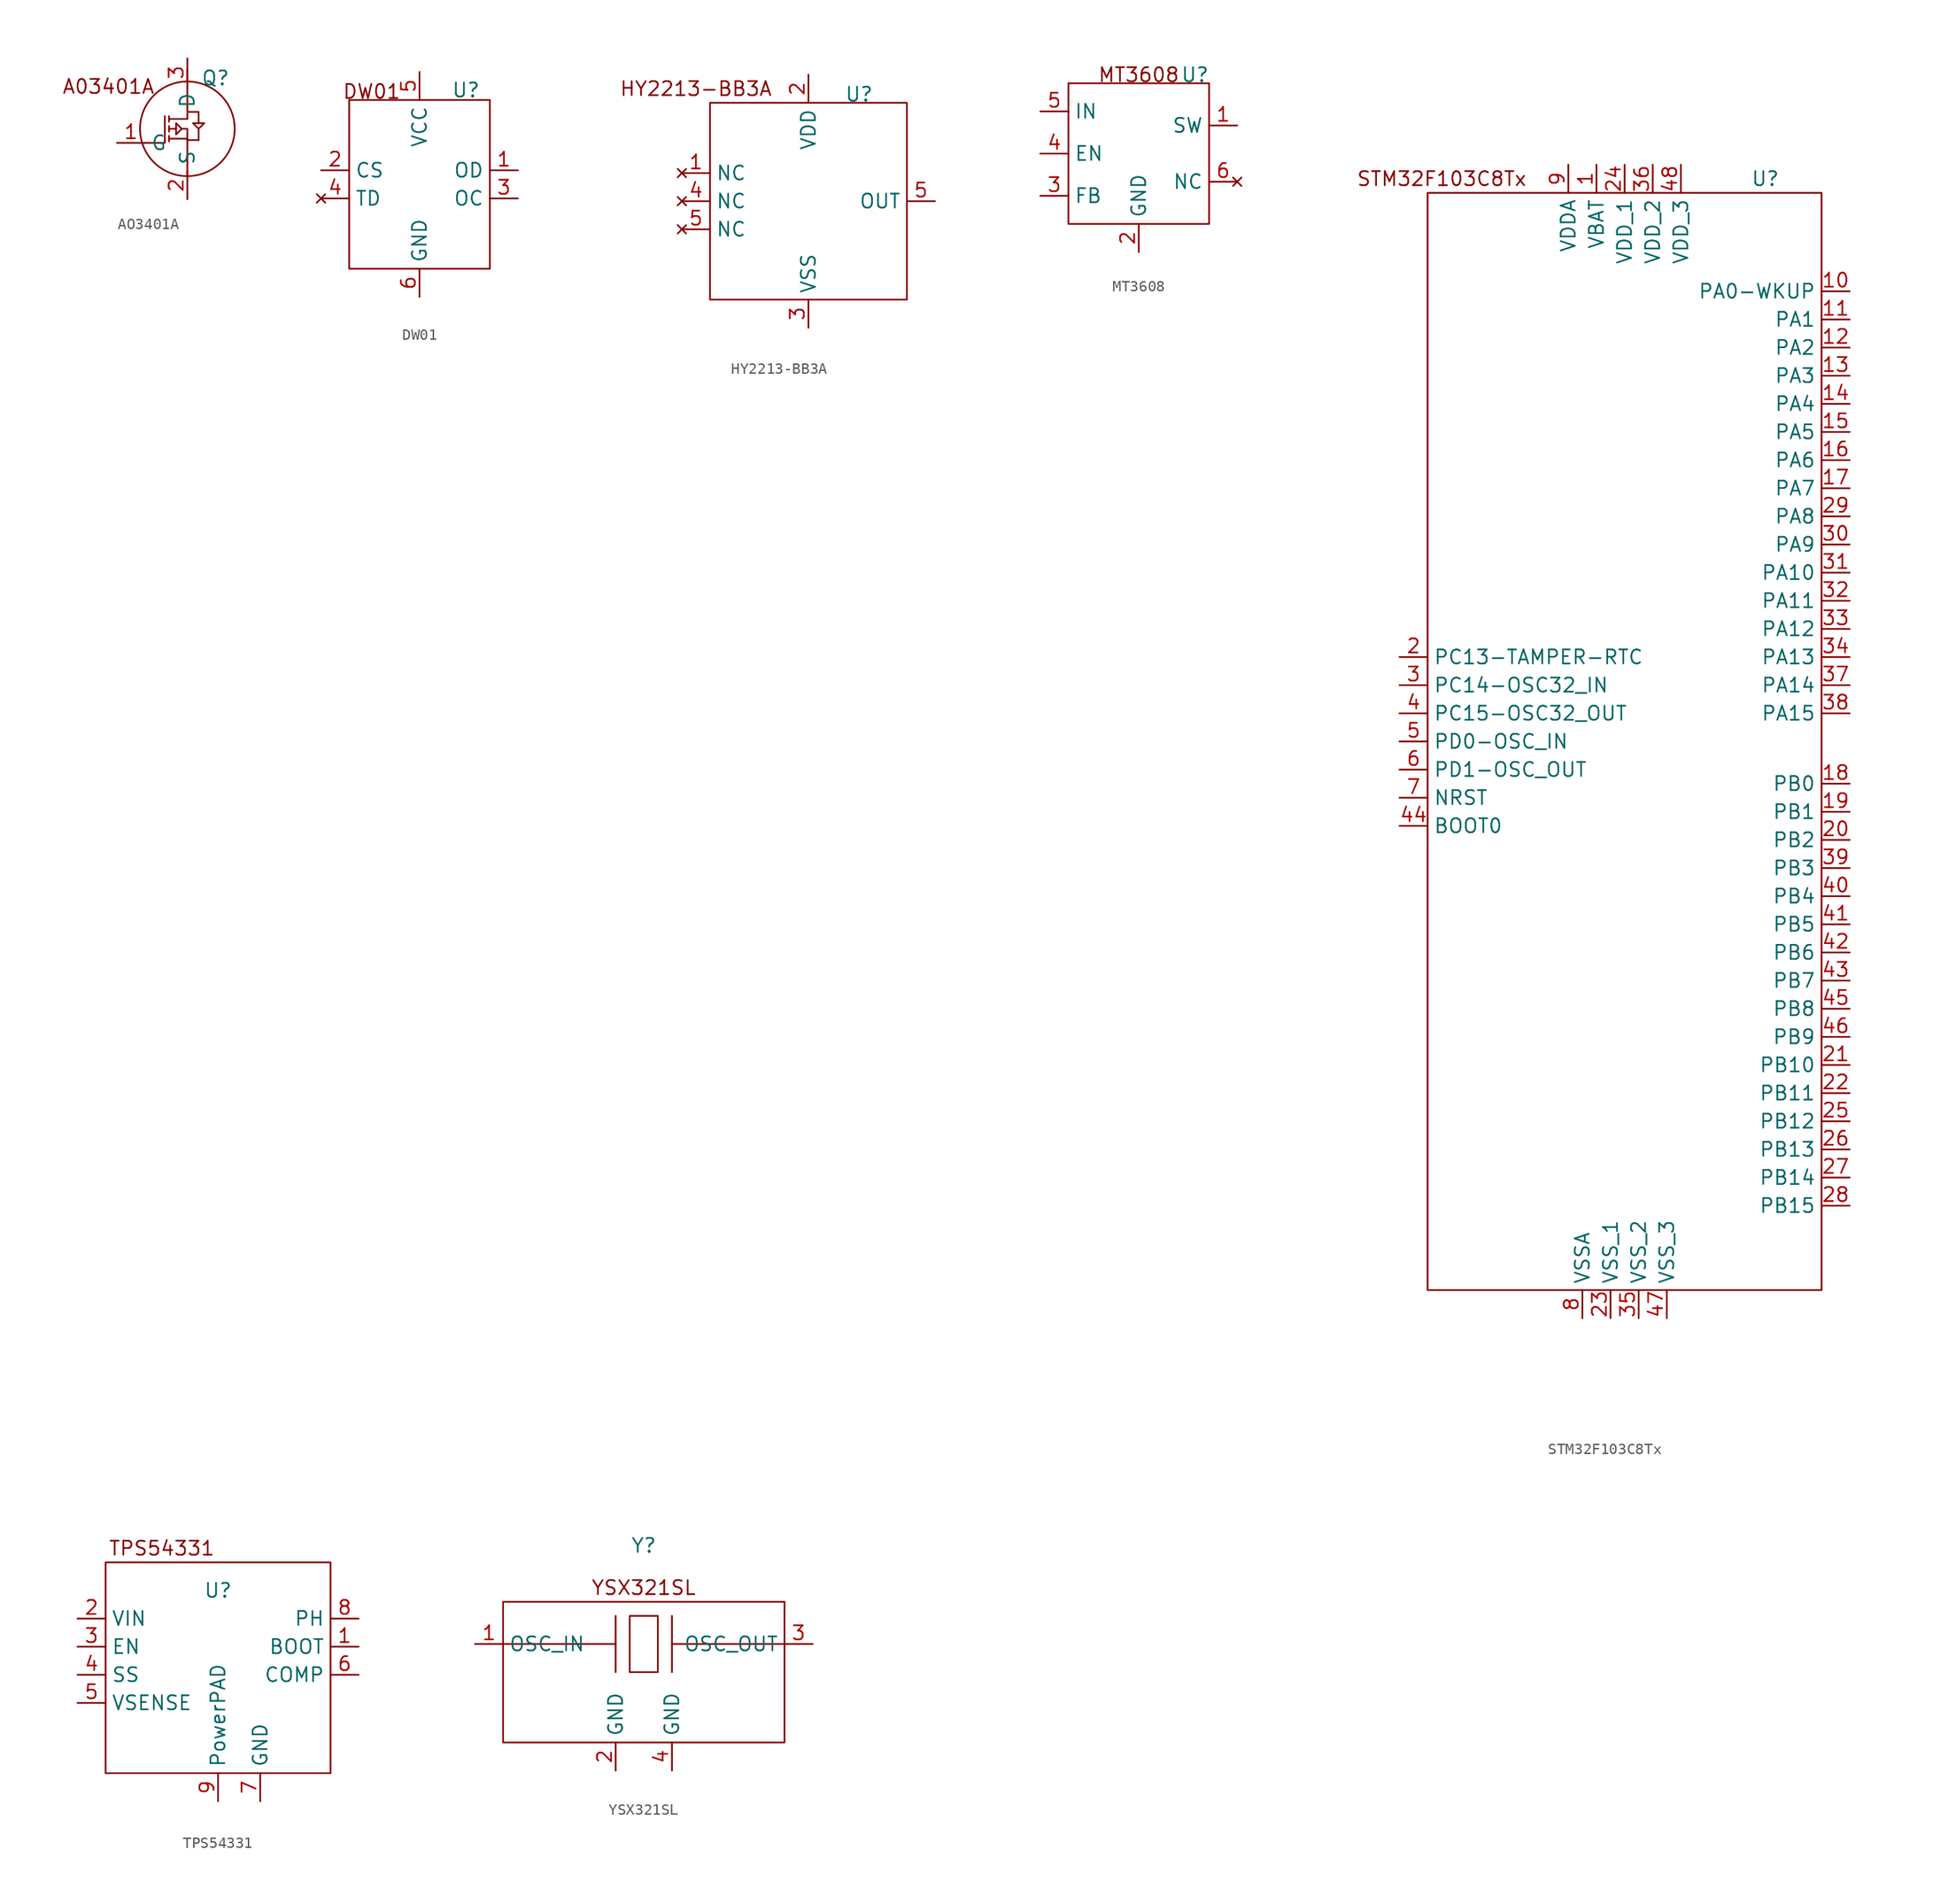
<source format=kicad_sym>
(kicad_symbol_lib
  (version 20231120)
  (generator "kicad_symbol_editor")
  (generator_version "8.0")
  (symbol "AO3401A"
    (property "Reference" "Q"
      (at 2.54 4.572 0)
      (effects (font (size 1.27 1.27))))
    (property "Value" ""
      (at 0 0 0)
      (effects (font (size 1.27 1.27))))
    (symbol "AO3401A_0_1"
      (polyline (pts (xy -2.032 1.143) (xy -2.032 -1.143)) (stroke (width 0) (type default)) (fill (type none)))
      (polyline (pts (xy -1.651 -0.635) (xy -1.651 -1.143)) (stroke (width 0) (type default)) (fill (type none)))
      (polyline (pts (xy -1.651 0.254) (xy -1.651 -0.254)) (stroke (width 0) (type default)) (fill (type none)))
      (polyline (pts (xy -1.651 0.889) (xy 0 0.889)) (stroke (width 0) (type default)) (fill (type none)))
      (polyline (pts (xy -1.651 1.143) (xy -1.651 0.635)) (stroke (width 0) (type default)) (fill (type none)))
      (polyline (pts (xy -1.016 0) (xy -1.651 0)) (stroke (width 0) (type default)) (fill (type none)))
      (polyline (pts (xy 0 -2.921) (xy 0 -4.318)) (stroke (width 0) (type default)) (fill (type none)))
      (polyline (pts (xy 0 -1.016) (xy 1.016 -1.016)) (stroke (width 0) (type default)) (fill (type none)))
      (polyline (pts (xy 0 0.889) (xy 0 1.397)) (stroke (width 0) (type default)) (fill (type none)))
      (polyline (pts (xy 0 2.032) (xy 0 3.81)) (stroke (width 0) (type default)) (fill (type none)))
      (polyline (pts (xy 0 4.191) (xy 0 5.334)) (stroke (width 0) (type default)) (fill (type none)))
      (polyline (pts (xy 1.016 0) (xy 1.016 -1.016)) (stroke (width 0) (type default)) (fill (type none)))
      (polyline (pts (xy -3.81 -1.27) (xy -2.032 -1.27) (xy -2.032 -1.016)) (stroke (width 0) (type default)) (fill (type none)))
      (polyline (pts (xy -1.651 -0.889) (xy 0 -0.889) (xy 0 -2.921)) (stroke (width 0) (type default)) (fill (type none)))
      (polyline (pts (xy -0.508 0) (xy 0 0) (xy 0 -1.016)) (stroke (width 0) (type default)) (fill (type none)))
      (polyline (pts (xy -1.016 0) (xy -1.016 0.508) (xy -0.508 0) (xy -1.016 -0.508) (xy -1.016 0)) (stroke (width 0) (type default)) (fill (type none)))
      (polyline (pts (xy 0 2.032) (xy 0 1.524) (xy 1.016 1.524) (xy 1.016 0.508) (xy 0.508 0.508) (xy 1.016 0) (xy 1.524 0.508) (xy 1.016 0.508)) (stroke (width 0) (type default)) (fill (type none)))
      (circle (center 0 0) (radius 4.267) (stroke (width 0) (type default)) (fill (type none))))
    (symbol "AO3401A_1_1"
      (text "A03401A" (at -7.112 3.81 0) (effects (font (size 1.27 1.27))))
      (pin input line (at -6.35 -1.27 0) (length 2.54) (name "G" (effects (font (size 1.27 1.27)))) (number "1" (effects (font (size 1.27 1.27)))))
      (pin free line (at 0 -6.35 90) (length 2.54) (name "S" (effects (font (size 1.27 1.27)))) (number "2" (effects (font (size 1.27 1.27)))))
      (pin free line (at 0 6.35 270) (length 2.54) (name "D" (effects (font (size 1.27 1.27)))) (number "3" (effects (font (size 1.27 1.27)))))))
  (symbol "DW01"
    (property "Reference" "U"
      (at 4.191 8.509 0)
      (effects (font (size 1.27 1.27))))
    (property "Value" ""
      (at -0.127 -2.413 0)
      (effects (font (size 1.27 1.27))))
    (symbol "DW01_0_1"
      (rectangle (start -6.35 7.62) (end 6.35 -7.62) (stroke (width 0) (type default)) (fill (type none)))
      (text "DW01" (at -4.318 8.382 0) (effects (font (size 1.27 1.27)))))
    (symbol "DW01_1_1"
      (pin output line (at 8.89 1.27 180) (length 2.54) (name "OD" (effects (font (size 1.27 1.27)))) (number "1" (effects (font (size 1.27 1.27)))))
      (pin input line (at -8.89 1.27 0) (length 2.54) (name "CS" (effects (font (size 1.27 1.27)))) (number "2" (effects (font (size 1.27 1.27)))))
      (pin output line (at 8.89 -1.27 180) (length 2.54) (name "OC" (effects (font (size 1.27 1.27)))) (number "3" (effects (font (size 1.27 1.27)))))
      (pin no_connect line (at -8.89 -1.27 0) (length 2.54) (name "TD" (effects (font (size 1.27 1.27)))) (number "4" (effects (font (size 1.27 1.27)))))
      (pin power_in line (at 0 10.16 270) (length 2.54) (name "VCC" (effects (font (size 1.27 1.27)))) (number "5" (effects (font (size 1.27 1.27)))))
      (pin power_in line (at 0 -10.16 90) (length 2.54) (name "GND" (effects (font (size 1.27 1.27)))) (number "6" (effects (font (size 1.27 1.27)))))))
  (symbol "HY2213-BB3A"
    (property "Reference" "U"
      (at 4.572 9.652 0)
      (effects (font (size 1.27 1.27))))
    (property "Value" ""
      (at 0 0 0)
      (effects (font (size 1.27 1.27))))
    (symbol "HY2213-BB3A_0_1"
      (rectangle (start -8.89 8.89) (end 8.89 -8.89) (stroke (width 0) (type default)) (fill (type none)))
      (text "HY2213-BB3A" (at -10.16 10.16 0) (effects (font (size 1.27 1.27)))))
    (symbol "HY2213-BB3A_1_1"
      (pin no_connect line (at -11.43 2.54 0) (length 2.54) (name "NC" (effects (font (size 1.27 1.27)))) (number "1" (effects (font (size 1.27 1.27)))))
      (pin power_in line (at 0 11.43 270) (length 2.54) (name "VDD" (effects (font (size 1.27 1.27)))) (number "2" (effects (font (size 1.27 1.27)))))
      (pin power_in line (at 0 -11.43 90) (length 2.54) (name "VSS" (effects (font (size 1.27 1.27)))) (number "3" (effects (font (size 1.27 1.27)))))
      (pin no_connect line (at -11.43 0 0) (length 2.54) (name "NC" (effects (font (size 1.27 1.27)))) (number "4" (effects (font (size 1.27 1.27)))))
      (pin no_connect line (at -11.43 -2.54 0) (length 2.54) (name "NC" (effects (font (size 1.27 1.27)))) (number "5" (effects (font (size 1.27 1.27)))))
      (pin output line (at 11.43 0 180) (length 2.54) (name "OUT" (effects (font (size 1.27 1.27)))) (number "5" (effects (font (size 1.27 1.27)))))))
  (symbol "MT3608"
    (property "Reference" "U"
      (at 5.08 7.112 0)
      (effects (font (size 1.27 1.27))))
    (property "Value" ""
      (at 0 0 0)
      (effects (font (size 1.27 1.27))))
    (symbol "MT3608_0_1"
      (rectangle (start -6.35 6.35) (end 6.35 -6.35) (stroke (width 0) (type default)) (fill (type none))))
    (symbol "MT3608_1_1"
      (text "MT3608" (at 0 7.112 0) (effects (font (size 1.27 1.27))))
      (pin power_out line (at 8.89 2.54 180) (length 2.54) (name "SW" (effects (font (size 1.27 1.27)))) (number "1" (effects (font (size 1.27 1.27)))))
      (pin power_in line (at 0 -8.89 90) (length 2.54) (name "GND" (effects (font (size 1.27 1.27)))) (number "2" (effects (font (size 1.27 1.27)))))
      (pin input line (at -8.89 -3.81 0) (length 2.54) (name "FB" (effects (font (size 1.27 1.27)))) (number "3" (effects (font (size 1.27 1.27)))))
      (pin input line (at -8.89 0 0) (length 2.54) (name "EN" (effects (font (size 1.27 1.27)))) (number "4" (effects (font (size 1.27 1.27)))))
      (pin power_in line (at -8.89 3.81 0) (length 2.54) (name "IN" (effects (font (size 1.27 1.27)))) (number "5" (effects (font (size 1.27 1.27)))))
      (pin no_connect line (at 8.89 -2.54 180) (length 2.54) (name "NC" (effects (font (size 1.27 1.27)))) (number "6" (effects (font (size 1.27 1.27)))))))
  (symbol "STM32F103C8Tx"
    (property "Reference" "U"
      (at 12.7 50.8 0)
      (effects (font (size 1.27 1.27))))
    (property "Value" ""
      (at 0 0 0)
      (effects (font (size 1.27 1.27))))
    (symbol "STM32F103C8Tx_1_1"
      (rectangle (start -17.78 49.53) (end 17.78 -49.53) (stroke (width 0) (type default)) (fill (type none)))
      (text "STM32F103C8Tx" (at -16.51 50.8 0) (effects (font (size 1.27 1.27))))
      (pin power_in line (at -2.54 52.07 270) (length 2.54) (name "VBAT" (effects (font (size 1.27 1.27)))) (number "1" (effects (font (size 1.27 1.27)))))
      (pin bidirectional line (at 20.32 40.64 180) (length 2.54) (name "PA0-WKUP" (effects (font (size 1.27 1.27)))) (number "10" (effects (font (size 1.27 1.27)))))
      (pin bidirectional line (at 20.32 38.1 180) (length 2.54) (name "PA1" (effects (font (size 1.27 1.27)))) (number "11" (effects (font (size 1.27 1.27)))))
      (pin bidirectional line (at 20.32 35.56 180) (length 2.54) (name "PA2" (effects (font (size 1.27 1.27)))) (number "12" (effects (font (size 1.27 1.27)))))
      (pin bidirectional line (at 20.32 33.02 180) (length 2.54) (name "PA3" (effects (font (size 1.27 1.27)))) (number "13" (effects (font (size 1.27 1.27)))))
      (pin bidirectional line (at 20.32 30.48 180) (length 2.54) (name "PA4" (effects (font (size 1.27 1.27)))) (number "14" (effects (font (size 1.27 1.27)))))
      (pin bidirectional line (at 20.32 27.94 180) (length 2.54) (name "PA5" (effects (font (size 1.27 1.27)))) (number "15" (effects (font (size 1.27 1.27)))))
      (pin bidirectional line (at 20.32 25.4 180) (length 2.54) (name "PA6" (effects (font (size 1.27 1.27)))) (number "16" (effects (font (size 1.27 1.27)))))
      (pin bidirectional line (at 20.32 22.86 180) (length 2.54) (name "PA7" (effects (font (size 1.27 1.27)))) (number "17" (effects (font (size 1.27 1.27)))))
      (pin bidirectional line (at 20.32 -3.81 180) (length 2.54) (name "PB0" (effects (font (size 1.27 1.27)))) (number "18" (effects (font (size 1.27 1.27)))))
      (pin bidirectional line (at 20.32 -6.35 180) (length 2.54) (name "PB1" (effects (font (size 1.27 1.27)))) (number "19" (effects (font (size 1.27 1.27)))))
      (pin bidirectional line (at -20.32 7.62 0) (length 2.54) (name "PC13-TAMPER-RTC" (effects (font (size 1.27 1.27)))) (number "2" (effects (font (size 1.27 1.27)))))
      (pin bidirectional line (at 20.32 -8.89 180) (length 2.54) (name "PB2" (effects (font (size 1.27 1.27)))) (number "20" (effects (font (size 1.27 1.27)))))
      (pin bidirectional line (at 20.32 -29.21 180) (length 2.54) (name "PB10" (effects (font (size 1.27 1.27)))) (number "21" (effects (font (size 1.27 1.27)))))
      (pin bidirectional line (at 20.32 -31.75 180) (length 2.54) (name "PB11" (effects (font (size 1.27 1.27)))) (number "22" (effects (font (size 1.27 1.27)))))
      (pin power_in line (at -1.27 -52.07 90) (length 2.54) (name "VSS_1" (effects (font (size 1.27 1.27)))) (number "23" (effects (font (size 1.27 1.27)))))
      (pin power_in line (at 0 52.07 270) (length 2.54) (name "VDD_1" (effects (font (size 1.27 1.27)))) (number "24" (effects (font (size 1.27 1.27)))))
      (pin bidirectional line (at 20.32 -34.29 180) (length 2.54) (name "PB12" (effects (font (size 1.27 1.27)))) (number "25" (effects (font (size 1.27 1.27)))))
      (pin bidirectional line (at 20.32 -36.83 180) (length 2.54) (name "PB13" (effects (font (size 1.27 1.27)))) (number "26" (effects (font (size 1.27 1.27)))))
      (pin bidirectional line (at 20.32 -39.37 180) (length 2.54) (name "PB14" (effects (font (size 1.27 1.27)))) (number "27" (effects (font (size 1.27 1.27)))))
      (pin bidirectional line (at 20.32 -41.91 180) (length 2.54) (name "PB15" (effects (font (size 1.27 1.27)))) (number "28" (effects (font (size 1.27 1.27)))))
      (pin bidirectional line (at 20.32 20.32 180) (length 2.54) (name "PA8" (effects (font (size 1.27 1.27)))) (number "29" (effects (font (size 1.27 1.27)))))
      (pin bidirectional line (at -20.32 5.08 0) (length 2.54) (name "PC14-OSC32_IN" (effects (font (size 1.27 1.27)))) (number "3" (effects (font (size 1.27 1.27)))))
      (pin bidirectional line (at 20.32 17.78 180) (length 2.54) (name "PA9" (effects (font (size 1.27 1.27)))) (number "30" (effects (font (size 1.27 1.27)))))
      (pin bidirectional line (at 20.32 15.24 180) (length 2.54) (name "PA10" (effects (font (size 1.27 1.27)))) (number "31" (effects (font (size 1.27 1.27)))))
      (pin bidirectional line (at 20.32 12.7 180) (length 2.54) (name "PA11" (effects (font (size 1.27 1.27)))) (number "32" (effects (font (size 1.27 1.27)))))
      (pin bidirectional line (at 20.32 10.16 180) (length 2.54) (name "PA12" (effects (font (size 1.27 1.27)))) (number "33" (effects (font (size 1.27 1.27)))))
      (pin bidirectional line (at 20.32 7.62 180) (length 2.54) (name "PA13" (effects (font (size 1.27 1.27)))) (number "34" (effects (font (size 1.27 1.27)))))
      (pin power_in line (at 1.27 -52.07 90) (length 2.54) (name "VSS_2" (effects (font (size 1.27 1.27)))) (number "35" (effects (font (size 1.27 1.27)))))
      (pin power_in line (at 2.54 52.07 270) (length 2.54) (name "VDD_2" (effects (font (size 1.27 1.27)))) (number "36" (effects (font (size 1.27 1.27)))))
      (pin bidirectional line (at 20.32 5.08 180) (length 2.54) (name "PA14" (effects (font (size 1.27 1.27)))) (number "37" (effects (font (size 1.27 1.27)))))
      (pin bidirectional line (at 20.32 2.54 180) (length 2.54) (name "PA15" (effects (font (size 1.27 1.27)))) (number "38" (effects (font (size 1.27 1.27)))))
      (pin bidirectional line (at 20.32 -11.43 180) (length 2.54) (name "PB3" (effects (font (size 1.27 1.27)))) (number "39" (effects (font (size 1.27 1.27)))))
      (pin bidirectional line (at -20.32 2.54 0) (length 2.54) (name "PC15-OSC32_OUT" (effects (font (size 1.27 1.27)))) (number "4" (effects (font (size 1.27 1.27)))))
      (pin bidirectional line (at 20.32 -13.97 180) (length 2.54) (name "PB4" (effects (font (size 1.27 1.27)))) (number "40" (effects (font (size 1.27 1.27)))))
      (pin bidirectional line (at 20.32 -16.51 180) (length 2.54) (name "PB5" (effects (font (size 1.27 1.27)))) (number "41" (effects (font (size 1.27 1.27)))))
      (pin bidirectional line (at 20.32 -19.05 180) (length 2.54) (name "PB6" (effects (font (size 1.27 1.27)))) (number "42" (effects (font (size 1.27 1.27)))))
      (pin bidirectional line (at 20.32 -21.59 180) (length 2.54) (name "PB7" (effects (font (size 1.27 1.27)))) (number "43" (effects (font (size 1.27 1.27)))))
      (pin input line (at -20.32 -7.62 0) (length 2.54) (name "BOOT0" (effects (font (size 1.27 1.27)))) (number "44" (effects (font (size 1.27 1.27)))))
      (pin bidirectional line (at 20.32 -24.13 180) (length 2.54) (name "PB8" (effects (font (size 1.27 1.27)))) (number "45" (effects (font (size 1.27 1.27)))))
      (pin bidirectional line (at 20.32 -26.67 180) (length 2.54) (name "PB9" (effects (font (size 1.27 1.27)))) (number "46" (effects (font (size 1.27 1.27)))))
      (pin power_in line (at 3.81 -52.07 90) (length 2.54) (name "VSS_3" (effects (font (size 1.27 1.27)))) (number "47" (effects (font (size 1.27 1.27)))))
      (pin power_in line (at 5.08 52.07 270) (length 2.54) (name "VDD_3" (effects (font (size 1.27 1.27)))) (number "48" (effects (font (size 1.27 1.27)))))
      (pin bidirectional line (at -20.32 0 0) (length 2.54) (name "PD0-OSC_IN" (effects (font (size 1.27 1.27)))) (number "5" (effects (font (size 1.27 1.27)))))
      (pin bidirectional line (at -20.32 -2.54 0) (length 2.54) (name "PD1-OSC_OUT" (effects (font (size 1.27 1.27)))) (number "6" (effects (font (size 1.27 1.27)))))
      (pin input line (at -20.32 -5.08 0) (length 2.54) (name "NRST" (effects (font (size 1.27 1.27)))) (number "7" (effects (font (size 1.27 1.27)))))
      (pin power_in line (at -3.81 -52.07 90) (length 2.54) (name "VSSA" (effects (font (size 1.27 1.27)))) (number "8" (effects (font (size 1.27 1.27)))))
      (pin power_in line (at -5.08 52.07 270) (length 2.54) (name "VDDA" (effects (font (size 1.27 1.27)))) (number "9" (effects (font (size 1.27 1.27)))))))
  (symbol "TPS54331"
    (property "Reference" "U"
      (at 0 7.62 0)
      (effects (font (size 1.27 1.27))))
    (property "Value" ""
      (at 0 0 0)
      (effects (font (size 1.27 1.27))))
    (symbol "TPS54331_0_1"
      (rectangle (start -10.16 10.16) (end 10.16 -8.89) (stroke (width 0) (type default)) (fill (type none)))
      (text "TPS54331" (at -5.08 11.43 0) (effects (font (size 1.27 1.27)))))
    (symbol "TPS54331_1_1"
      (pin output line (at 12.7 2.54 180) (length 2.54) (name "BOOT" (effects (font (size 1.27 1.27)))) (number "1" (effects (font (size 1.27 1.27)))))
      (pin power_in line (at -12.7 5.08 0) (length 2.54) (name "VIN" (effects (font (size 1.27 1.27)))) (number "2" (effects (font (size 1.27 1.27)))))
      (pin input line (at -12.7 2.54 0) (length 2.54) (name "EN" (effects (font (size 1.27 1.27)))) (number "3" (effects (font (size 1.27 1.27)))))
      (pin input line (at -12.7 0 0) (length 2.54) (name "SS" (effects (font (size 1.27 1.27)))) (number "4" (effects (font (size 1.27 1.27)))))
      (pin input line (at -12.7 -2.54 0) (length 2.54) (name "VSENSE" (effects (font (size 1.27 1.27)))) (number "5" (effects (font (size 1.27 1.27)))))
      (pin output line (at 12.7 0 180) (length 2.54) (name "COMP" (effects (font (size 1.27 1.27)))) (number "6" (effects (font (size 1.27 1.27)))))
      (pin power_in line (at 3.81 -11.43 90) (length 2.54) (name "GND" (effects (font (size 1.27 1.27)))) (number "7" (effects (font (size 1.27 1.27)))))
      (pin power_out line (at 12.7 5.08 180) (length 2.54) (name "PH" (effects (font (size 1.27 1.27)))) (number "8" (effects (font (size 1.27 1.27)))))
      (pin power_in line (at 0 -11.43 90) (length 2.54) (name "PowerPAD" (effects (font (size 1.27 1.27)))) (number "9" (effects (font (size 1.27 1.27)))))))
  (symbol "YSX321SL"
    (property "Reference" "Y"
      (at 0 8.89 0)
      (effects (font (size 1.27 1.27))))
    (property "Value" ""
      (at 0 0 0)
      (effects (font (size 1.27 1.27))))
    (symbol "YSX321SL_0_1"
      (rectangle (start -1.27 2.54) (end 1.27 -2.54) (stroke (width 0) (type default)) (fill (type none)))
      (polyline (pts (xy -2.54 2.54) (xy -2.54 -2.54)) (stroke (width 0) (type default)) (fill (type none)))
      (polyline (pts (xy 2.54 -2.54) (xy 2.54 2.54)) (stroke (width 0) (type default)) (fill (type none))))
    (symbol "YSX321SL_1_1"
      (rectangle (start -12.7 -8.89) (end 12.7 3.81) (stroke (width 0) (type default)) (fill (type none)))
      (polyline (pts (xy -12.7 0) (xy -2.54 0)) (stroke (width 0) (type default)) (fill (type none)))
      (polyline (pts (xy 2.54 0) (xy 12.7 0)) (stroke (width 0) (type default)) (fill (type none)))
      (text "YSX321SL" (at 0 5.08 0) (effects (font (size 1.27 1.27))))
      (pin input line (at -15.24 0 0) (length 2.54) (name "OSC_IN" (effects (font (size 1.27 1.27)))) (number "1" (effects (font (size 1.27 1.27)))))
      (pin power_in line (at -2.54 -11.43 90) (length 2.54) (name "GND" (effects (font (size 1.27 1.27)))) (number "2" (effects (font (size 1.27 1.27)))))
      (pin output line (at 15.24 0 180) (length 2.54) (name "OSC_OUT" (effects (font (size 1.27 1.27)))) (number "3" (effects (font (size 1.27 1.27)))))
      (pin power_in line (at 2.54 -11.43 90) (length 2.54) (name "GND" (effects (font (size 1.27 1.27)))) (number "4" (effects (font (size 1.27 1.27))))))))
</source>
